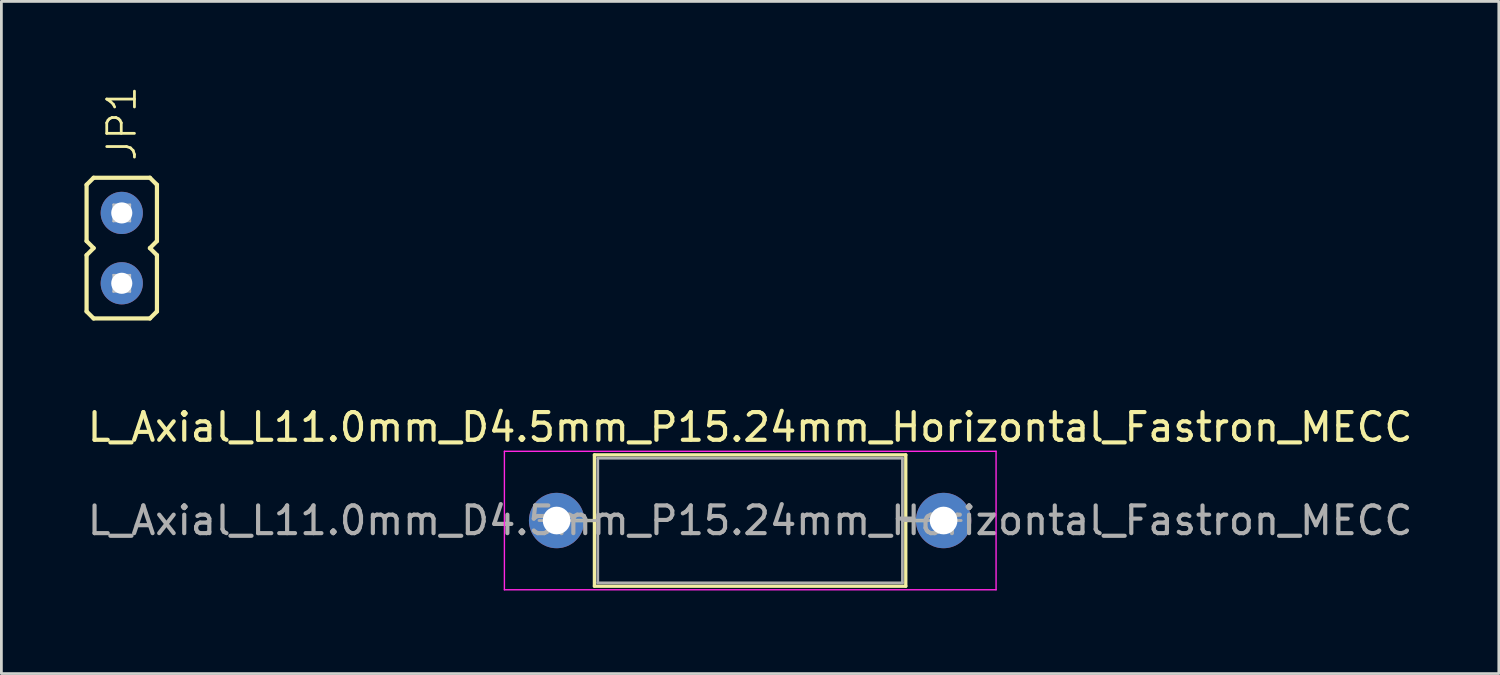
<source format=kicad_pcb>
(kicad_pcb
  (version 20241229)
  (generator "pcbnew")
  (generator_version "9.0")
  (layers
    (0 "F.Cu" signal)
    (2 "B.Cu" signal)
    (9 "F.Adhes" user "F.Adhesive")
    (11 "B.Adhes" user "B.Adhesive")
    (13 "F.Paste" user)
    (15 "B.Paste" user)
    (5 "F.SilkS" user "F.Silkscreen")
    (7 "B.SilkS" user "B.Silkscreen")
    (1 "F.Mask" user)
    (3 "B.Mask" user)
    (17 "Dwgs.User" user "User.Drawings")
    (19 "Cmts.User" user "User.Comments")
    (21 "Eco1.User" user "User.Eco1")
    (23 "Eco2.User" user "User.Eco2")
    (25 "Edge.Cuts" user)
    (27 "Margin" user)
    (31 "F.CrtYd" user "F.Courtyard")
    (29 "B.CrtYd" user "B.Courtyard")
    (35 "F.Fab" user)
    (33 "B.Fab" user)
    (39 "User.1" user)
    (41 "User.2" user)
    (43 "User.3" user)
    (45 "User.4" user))
  (footprint "L_Axial_L11.0mm_D4.5mm_P15.24mm_Horizontal_Fastron_MECC"
    (layer "F.Cu")
    (at 17.045 15.742)
    (property "Reference" "L_Axial_L11.0mm_D4.5mm_P15.24mm_Horizontal_Fastron_MECC" (at 6.985 -3.37 0) (layer "F.SilkS") (effects (font (size 1 1) (thickness 0.15))))
    (attr through_hole)
    (fp_line (start 0.605 0) (end 1.365 0) (stroke (width 0.12) (type solid)) (layer "F.SilkS"))
    (fp_line (start 1.365 -2.37) (end 1.365 2.37) (stroke (width 0.12) (type solid)) (layer "F.SilkS"))
    (fp_line (start 1.365 2.37) (end 12.605 2.37) (stroke (width 0.12) (type solid)) (layer "F.SilkS"))
    (fp_line (start 12.605 -2.37) (end 1.365 -2.37) (stroke (width 0.12) (type solid)) (layer "F.SilkS"))
    (fp_line (start 12.605 2.37) (end 12.605 -2.37) (stroke (width 0.12) (type solid)) (layer "F.SilkS"))
    (fp_line (start 13.365 0) (end 12.605 0) (stroke (width 0.12) (type solid)) (layer "F.SilkS"))
    (fp_line (start -1.885 -2.5) (end -1.885 2.5) (stroke (width 0.05) (type solid)) (layer "F.CrtYd"))
    (fp_line (start -1.885 2.5) (end 15.865 2.5) (stroke (width 0.05) (type solid)) (layer "F.CrtYd"))
    (fp_line (start 15.865 -2.5) (end -1.885 -2.5) (stroke (width 0.05) (type solid)) (layer "F.CrtYd"))
    (fp_line (start 15.865 2.5) (end 15.865 -2.5) (stroke (width 0.05) (type solid)) (layer "F.CrtYd"))
    (fp_line (start -0.635 0) (end 1.485 0) (stroke (width 0.1) (type solid)) (layer "F.Fab"))
    (fp_line (start 1.485 -2.25) (end 1.485 2.25) (stroke (width 0.1) (type solid)) (layer "F.Fab"))
    (fp_line (start 1.485 2.25) (end 12.485 2.25) (stroke (width 0.1) (type solid)) (layer "F.Fab"))
    (fp_line (start 12.485 -2.25) (end 1.485 -2.25) (stroke (width 0.1) (type solid)) (layer "F.Fab"))
    (fp_line (start 12.485 2.25) (end 12.485 -2.25) (stroke (width 0.1) (type solid)) (layer "F.Fab"))
    (fp_line (start 14.605 0) (end 12.485 0) (stroke (width 0.1) (type solid)) (layer "F.Fab"))
    (fp_text user "${REFERENCE}" (at 6.985 0 0) (layer "F.Fab") (effects (font (size 1 1) (thickness 0.15))))
    (pad "1" thru_hole circle (at 0 0) (size 2 2) (drill 1) (layers "*.Cu" "*.Mask"))
    (pad "2" thru_hole oval (at 13.97 0) (size 2 2) (drill 1) (layers "*.Cu" "*.Mask")))
  (footprint "JP1"
    (layer "F.Cu")
    (at 1.346 5.907)
    (property "Reference" "JP1" (at 0 -4.5 90) (layer "F.SilkS") (effects (font (size 1 1) (thickness 0.1))))
    (attr exclude_from_pos_files exclude_from_bom)
    (fp_line (start -1.27 -2.286) (end -1.27 -0.254) (stroke (width 0.152) (type solid)) (layer "F.SilkS"))
    (fp_line (start -1.27 -2.286) (end -1.016 -2.54) (stroke (width 0.152) (type solid)) (layer "F.SilkS"))
    (fp_line (start -1.27 0.254) (end -1.27 2.286) (stroke (width 0.152) (type solid)) (layer "F.SilkS"))
    (fp_line (start -1.016 0) (end -1.27 -0.254) (stroke (width 0.152) (type solid)) (layer "F.SilkS"))
    (fp_line (start -1.016 0) (end -1.27 0.254) (stroke (width 0.152) (type solid)) (layer "F.SilkS"))
    (fp_line (start -1.016 2.54) (end -1.27 2.286) (stroke (width 0.152) (type solid)) (layer "F.SilkS"))
    (fp_line (start -1.016 2.54) (end 1.016 2.54) (stroke (width 0.152) (type solid)) (layer "F.SilkS"))
    (fp_line (start 1.016 -2.54) (end -1.016 -2.54) (stroke (width 0.152) (type solid)) (layer "F.SilkS"))
    (fp_line (start 1.016 0) (end 1.27 -0.254) (stroke (width 0.152) (type solid)) (layer "F.SilkS"))
    (fp_line (start 1.016 0) (end 1.27 0.254) (stroke (width 0.152) (type solid)) (layer "F.SilkS"))
    (fp_line (start 1.016 2.54) (end 1.27 2.286) (stroke (width 0.152) (type solid)) (layer "F.SilkS"))
    (fp_line (start 1.27 -2.286) (end 1.016 -2.54) (stroke (width 0.152) (type solid)) (layer "F.SilkS"))
    (fp_line (start 1.27 -2.286) (end 1.27 -0.254) (stroke (width 0.152) (type solid)) (layer "F.SilkS"))
    (fp_line (start 1.27 0.254) (end 1.27 2.286) (stroke (width 0.152) (type solid)) (layer "F.SilkS"))
    (fp_line (start -0.305 -1.575) (end 0.305 -1.575) (stroke (width 0.066) (type solid)) (layer "Dwgs.User"))
    (fp_line (start -0.305 -0.965) (end -0.305 -1.575) (stroke (width 0.066) (type solid)) (layer "Dwgs.User"))
    (fp_line (start -0.305 -0.965) (end 0.305 -0.965) (stroke (width 0.066) (type solid)) (layer "Dwgs.User"))
    (fp_line (start -0.305 0.965) (end 0.305 0.965) (stroke (width 0.066) (type solid)) (layer "Dwgs.User"))
    (fp_line (start -0.305 1.575) (end -0.305 0.965) (stroke (width 0.066) (type solid)) (layer "Dwgs.User"))
    (fp_line (start -0.305 1.575) (end 0.305 1.575) (stroke (width 0.066) (type solid)) (layer "Dwgs.User"))
    (fp_line (start 0.305 -0.965) (end 0.305 -1.575) (stroke (width 0.066) (type solid)) (layer "Dwgs.User"))
    (fp_line (start 0.305 1.575) (end 0.305 0.965) (stroke (width 0.066) (type solid)) (layer "Dwgs.User"))
    (pad "1" thru_hole circle (at 0 1.27) (size 1.524 1.524) (drill 0.762) (layers "*.Cu" "*.Paste" "*.Mask"))
    (pad "2" thru_hole circle (at 0 -1.27) (size 1.524 1.524) (drill 0.762) (layers "*.Cu" "*.Paste" "*.Mask")))
  (gr_rect
    (start -3 -3)
    (end 51.06 21.267)
    (stroke (width 0.1) (type default))
    (fill no)
    (layer "Edge.Cuts")))
</source>
